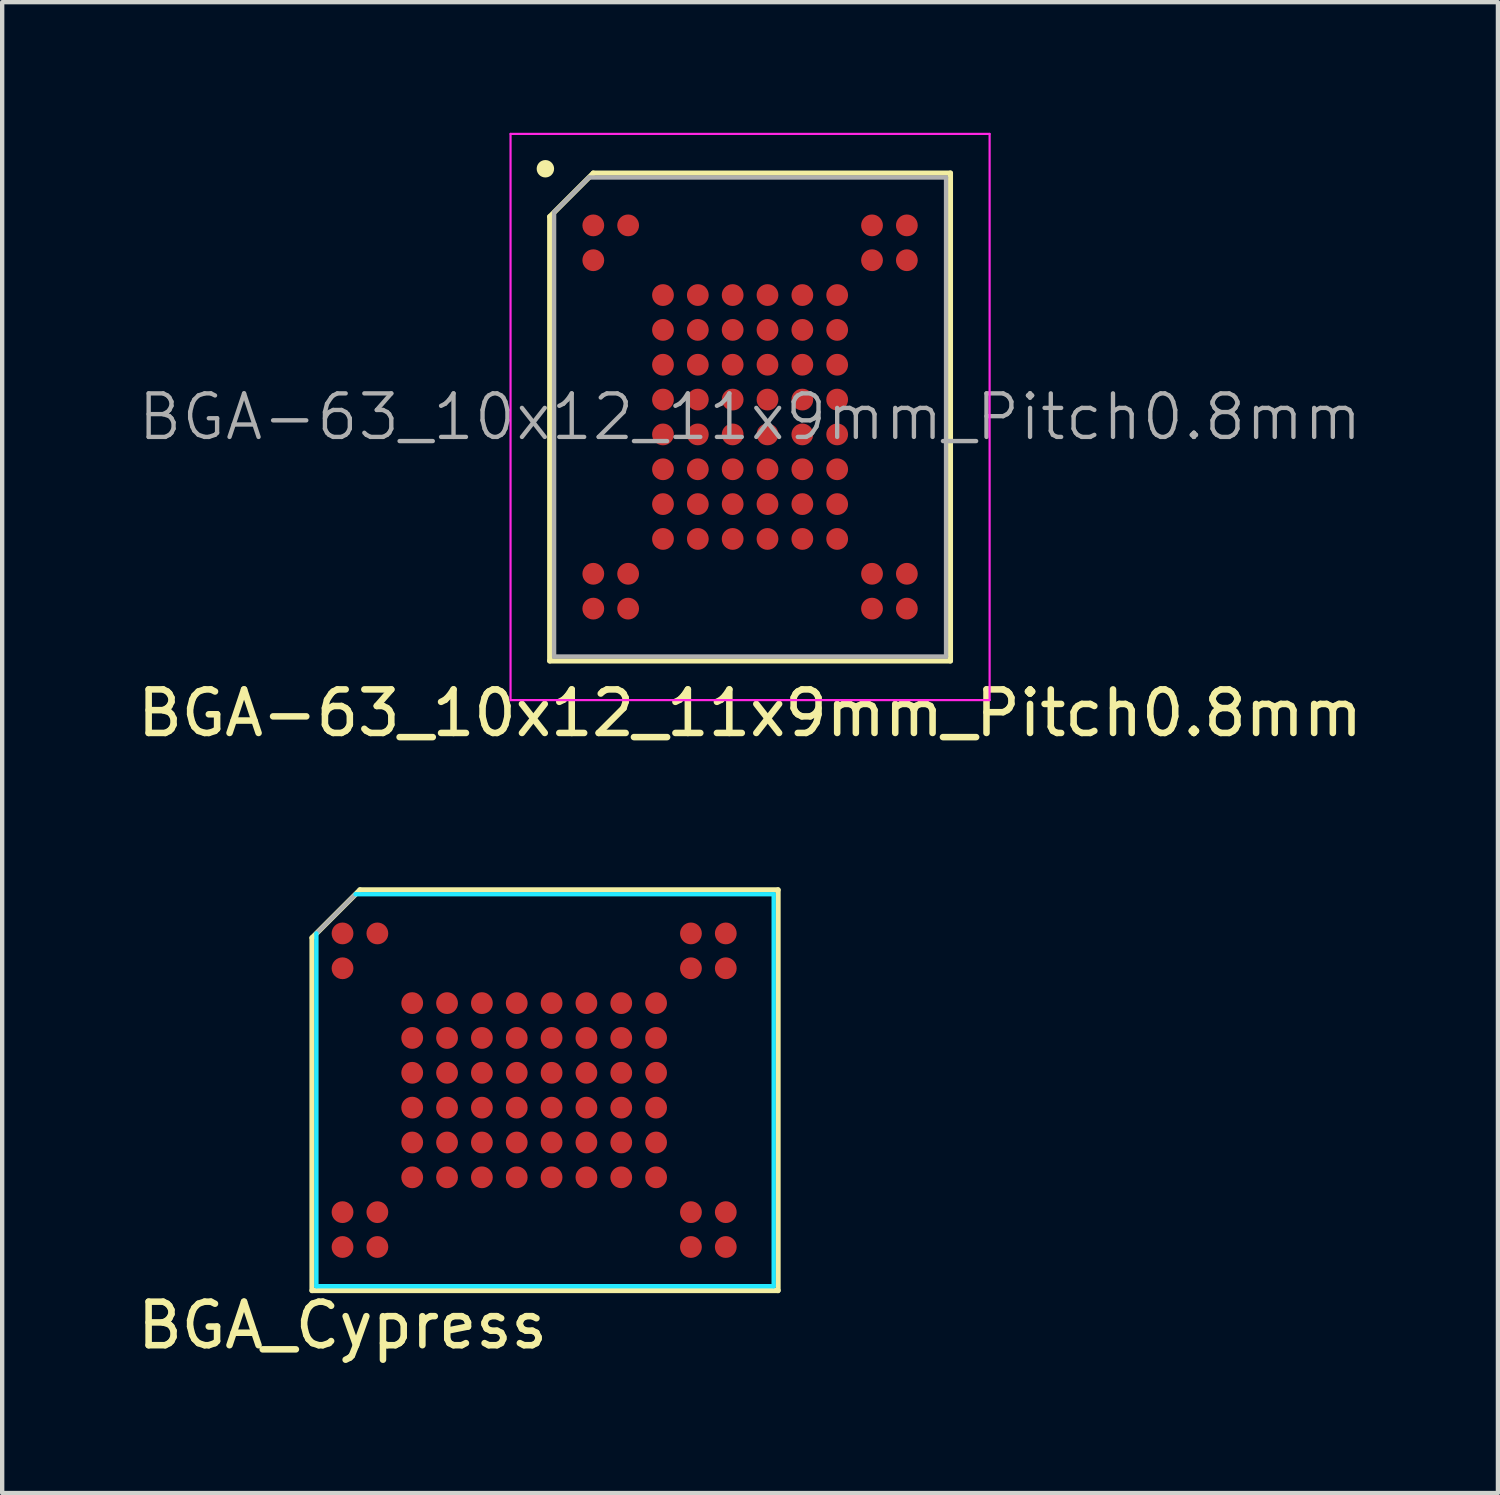
<source format=kicad_pcb>
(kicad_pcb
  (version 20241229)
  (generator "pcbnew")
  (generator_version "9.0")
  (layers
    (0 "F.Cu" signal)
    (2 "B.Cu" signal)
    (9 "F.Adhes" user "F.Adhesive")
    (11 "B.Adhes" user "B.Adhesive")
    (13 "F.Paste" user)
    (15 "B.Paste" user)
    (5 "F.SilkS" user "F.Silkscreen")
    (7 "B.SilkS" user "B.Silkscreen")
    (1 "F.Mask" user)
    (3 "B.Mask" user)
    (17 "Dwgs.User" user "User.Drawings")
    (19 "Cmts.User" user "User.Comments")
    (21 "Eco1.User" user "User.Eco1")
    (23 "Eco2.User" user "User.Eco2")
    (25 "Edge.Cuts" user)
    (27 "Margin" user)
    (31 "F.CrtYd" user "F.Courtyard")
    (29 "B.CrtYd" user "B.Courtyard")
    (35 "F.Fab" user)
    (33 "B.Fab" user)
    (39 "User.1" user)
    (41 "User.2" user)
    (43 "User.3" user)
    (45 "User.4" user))
  (footprint "BGA_Cypress"
    (layer "F.Cu")
    (at 4.815 18.383)
    (property "Reference" "BGA_Cypress" (at 0 9 0) (layer "F.SilkS") (effects (font (size 1 1) (thickness 0.15))))
    (attr through_hole)
    (fp_line (start -0.7 8.2) (end -0.7 0.1) (stroke (width 0.12) (type solid)) (layer "F.SilkS"))
    (fp_line (start 0.4 -1) (end -0.7 0.1) (stroke (width 0.12) (type solid)) (layer "F.SilkS"))
    (fp_line (start 0.4 -1) (end 10 -1) (stroke (width 0.12) (type solid)) (layer "F.SilkS"))
    (fp_line (start 10 -1) (end 10 8.2) (stroke (width 0.12) (type solid)) (layer "F.SilkS"))
    (fp_line (start 10 8.2) (end -0.7 8.2) (stroke (width 0.12) (type solid)) (layer "F.SilkS"))
    (fp_circle (center -0.8 -1.1) (end -0.75 -1.1) (stroke (width 0.12) (type solid)) (fill no) (layer "B.Paste"))
    (fp_line (start -0.6 8.1) (end -0.6 0) (stroke (width 0.1) (type solid)) (layer "B.CrtYd"))
    (fp_line (start 0.3 -0.9) (end 9.9 -0.9) (stroke (width 0.1) (type solid)) (layer "B.CrtYd"))
    (fp_line (start 9.9 -0.9) (end 9.9 8.1) (stroke (width 0.1) (type solid)) (layer "B.CrtYd"))
    (fp_line (start 9.9 8.1) (end -0.6 8.1) (stroke (width 0.1) (type solid)) (layer "B.CrtYd"))
    (fp_line (start 0.3 -0.9) (end -0.6 0) (stroke (width 0.1) (type solid)) (layer "F.Fab"))
    (pad "A1" smd circle (at 0 0) (size 0.5 0.5) (layers "F.Cu" "F.Mask" "F.Paste"))
    (pad "A2" smd circle (at 0 0.8) (size 0.5 0.5) (layers "F.Cu" "F.Mask" "F.Paste"))
    (pad "A9" smd circle (at 0 6.4) (size 0.5 0.5) (layers "F.Cu" "F.Mask" "F.Paste"))
    (pad "A10" smd circle (at 0 7.2) (size 0.5 0.5) (layers "F.Cu" "F.Mask" "F.Paste"))
    (pad "B1" smd circle (at 0.8 0) (size 0.5 0.5) (layers "F.Cu" "F.Mask" "F.Paste"))
    (pad "B9" smd circle (at 0.8 6.4) (size 0.5 0.5) (layers "F.Cu" "F.Mask" "F.Paste"))
    (pad "B10" smd circle (at 0.8 7.2) (size 0.5 0.5) (layers "F.Cu" "F.Mask" "F.Paste"))
    (pad "C3" smd circle (at 1.6 1.6) (size 0.5 0.5) (layers "F.Cu" "F.Mask" "F.Paste"))
    (pad "C4" smd circle (at 1.6 2.4) (size 0.5 0.5) (layers "F.Cu" "F.Mask" "F.Paste"))
    (pad "C5" smd circle (at 1.6 3.2) (size 0.5 0.5) (layers "F.Cu" "F.Mask" "F.Paste"))
    (pad "C6" smd circle (at 1.6 4) (size 0.5 0.5) (layers "F.Cu" "F.Mask" "F.Paste"))
    (pad "C7" smd circle (at 1.6 4.8) (size 0.5 0.5) (layers "F.Cu" "F.Mask" "F.Paste"))
    (pad "C8" smd circle (at 1.6 5.6) (size 0.5 0.5) (layers "F.Cu" "F.Mask" "F.Paste"))
    (pad "D3" smd circle (at 2.4 1.6) (size 0.5 0.5) (layers "F.Cu" "F.Mask" "F.Paste"))
    (pad "D4" smd circle (at 2.4 2.4) (size 0.5 0.5) (layers "F.Cu" "F.Mask" "F.Paste"))
    (pad "D5" smd circle (at 2.4 3.2) (size 0.5 0.5) (layers "F.Cu" "F.Mask" "F.Paste"))
    (pad "D6" smd circle (at 2.4 4) (size 0.5 0.5) (layers "F.Cu" "F.Mask" "F.Paste"))
    (pad "D7" smd circle (at 2.4 4.8) (size 0.5 0.5) (layers "F.Cu" "F.Mask" "F.Paste"))
    (pad "D8" smd circle (at 2.4 5.6) (size 0.5 0.5) (layers "F.Cu" "F.Mask" "F.Paste"))
    (pad "E3" smd circle (at 3.2 1.6) (size 0.5 0.5) (layers "F.Cu" "F.Mask" "F.Paste"))
    (pad "E4" smd circle (at 3.2 2.4) (size 0.5 0.5) (layers "F.Cu" "F.Mask" "F.Paste"))
    (pad "E5" smd circle (at 3.2 3.2) (size 0.5 0.5) (layers "F.Cu" "F.Mask" "F.Paste"))
    (pad "E6" smd circle (at 3.2 4) (size 0.5 0.5) (layers "F.Cu" "F.Mask" "F.Paste"))
    (pad "E7" smd circle (at 3.2 4.8) (size 0.5 0.5) (layers "F.Cu" "F.Mask" "F.Paste"))
    (pad "E8" smd circle (at 3.2 5.6) (size 0.5 0.5) (layers "F.Cu" "F.Mask" "F.Paste"))
    (pad "F3" smd circle (at 4 1.6) (size 0.5 0.5) (layers "F.Cu" "F.Mask" "F.Paste"))
    (pad "F4" smd circle (at 4 2.4) (size 0.5 0.5) (layers "F.Cu" "F.Mask" "F.Paste"))
    (pad "F5" smd circle (at 4 3.2) (size 0.5 0.5) (layers "F.Cu" "F.Mask" "F.Paste"))
    (pad "F6" smd circle (at 4 4) (size 0.5 0.5) (layers "F.Cu" "F.Mask" "F.Paste"))
    (pad "F7" smd circle (at 4 4.8) (size 0.5 0.5) (layers "F.Cu" "F.Mask" "F.Paste"))
    (pad "F8" smd circle (at 4 5.6) (size 0.5 0.5) (layers "F.Cu" "F.Mask" "F.Paste"))
    (pad "G3" smd circle (at 4.8 1.6) (size 0.5 0.5) (layers "F.Cu" "F.Mask" "F.Paste"))
    (pad "G4" smd circle (at 4.8 2.4) (size 0.5 0.5) (layers "F.Cu" "F.Mask" "F.Paste"))
    (pad "G5" smd circle (at 4.8 3.2) (size 0.5 0.5) (layers "F.Cu" "F.Mask" "F.Paste"))
    (pad "G6" smd circle (at 4.8 4) (size 0.5 0.5) (layers "F.Cu" "F.Mask" "F.Paste"))
    (pad "G7" smd circle (at 4.8 4.8) (size 0.5 0.5) (layers "F.Cu" "F.Mask" "F.Paste"))
    (pad "G8" smd circle (at 4.8 5.6) (size 0.5 0.5) (layers "F.Cu" "F.Mask" "F.Paste"))
    (pad "H3" smd circle (at 5.6 1.6) (size 0.5 0.5) (layers "F.Cu" "F.Mask" "F.Paste"))
    (pad "H4" smd circle (at 5.6 2.4) (size 0.5 0.5) (layers "F.Cu" "F.Mask" "F.Paste"))
    (pad "H5" smd circle (at 5.6 3.2) (size 0.5 0.5) (layers "F.Cu" "F.Mask" "F.Paste"))
    (pad "H6" smd circle (at 5.6 4) (size 0.5 0.5) (layers "F.Cu" "F.Mask" "F.Paste"))
    (pad "H7" smd circle (at 5.6 4.8) (size 0.5 0.5) (layers "F.Cu" "F.Mask" "F.Paste"))
    (pad "H8" smd circle (at 5.6 5.6) (size 0.5 0.5) (layers "F.Cu" "F.Mask" "F.Paste"))
    (pad "I3" smd circle (at 6.4 1.6) (size 0.5 0.5) (layers "F.Cu" "F.Mask" "F.Paste"))
    (pad "I4" smd circle (at 6.4 2.4) (size 0.5 0.5) (layers "F.Cu" "F.Mask" "F.Paste"))
    (pad "I5" smd circle (at 6.4 3.2) (size 0.5 0.5) (layers "F.Cu" "F.Mask" "F.Paste"))
    (pad "I6" smd circle (at 6.4 4) (size 0.5 0.5) (layers "F.Cu" "F.Mask" "F.Paste"))
    (pad "I7" smd circle (at 6.4 4.8) (size 0.5 0.5) (layers "F.Cu" "F.Mask" "F.Paste"))
    (pad "I8" smd circle (at 6.4 5.6) (size 0.5 0.5) (layers "F.Cu" "F.Mask" "F.Paste"))
    (pad "J3" smd circle (at 7.2 1.6) (size 0.5 0.5) (layers "F.Cu" "F.Mask" "F.Paste"))
    (pad "J4" smd circle (at 7.2 2.4) (size 0.5 0.5) (layers "F.Cu" "F.Mask" "F.Paste"))
    (pad "J5" smd circle (at 7.2 3.2) (size 0.5 0.5) (layers "F.Cu" "F.Mask" "F.Paste"))
    (pad "J6" smd circle (at 7.2 4) (size 0.5 0.5) (layers "F.Cu" "F.Mask" "F.Paste"))
    (pad "J7" smd circle (at 7.2 4.8) (size 0.5 0.5) (layers "F.Cu" "F.Mask" "F.Paste"))
    (pad "J8" smd circle (at 7.2 5.6) (size 0.5 0.5) (layers "F.Cu" "F.Mask" "F.Paste"))
    (pad "K1" smd circle (at 8 0) (size 0.5 0.5) (layers "F.Cu" "F.Mask" "F.Paste"))
    (pad "K2" smd circle (at 8 0.8) (size 0.5 0.5) (layers "F.Cu" "F.Mask" "F.Paste"))
    (pad "K9" smd circle (at 8 6.4) (size 0.5 0.5) (layers "F.Cu" "F.Mask" "F.Paste"))
    (pad "K10" smd circle (at 8 7.2) (size 0.5 0.5) (layers "F.Cu" "F.Mask" "F.Paste"))
    (pad "L1" smd circle (at 8.8 0) (size 0.5 0.5) (layers "F.Cu" "F.Mask" "F.Paste"))
    (pad "L2" smd circle (at 8.8 0.8) (size 0.5 0.5) (layers "F.Cu" "F.Mask" "F.Paste"))
    (pad "L9" smd circle (at 8.8 6.4) (size 0.5 0.5) (layers "F.Cu" "F.Mask" "F.Paste"))
    (pad "L10" smd circle (at 8.8 7.2) (size 0.5 0.5) (layers "F.Cu" "F.Mask" "F.Paste")))
  (footprint "BGA-63_10x12_11x9mm_Pitch0.8mm"
    (layer "F.Cu")
    (at 14.173 6.525)
    (property "Reference" "BGA-63_10x12_11x9mm_Pitch0.8mm" (at 0 6.8 0) (layer "F.SilkS") (effects (font (size 1 1) (thickness 0.15))))
    (attr smd)
    (fp_line (start -4.6 -4.6) (end -3.6 -5.6) (stroke (width 0.12) (type solid)) (layer "F.SilkS"))
    (fp_line (start -4.6 5.6) (end -4.6 -4.6) (stroke (width 0.12) (type solid)) (layer "F.SilkS"))
    (fp_line (start -3.6 -5.6) (end 4.6 -5.6) (stroke (width 0.12) (type solid)) (layer "F.SilkS"))
    (fp_line (start 4.6 -5.6) (end 4.6 5.6) (stroke (width 0.12) (type solid)) (layer "F.SilkS"))
    (fp_line (start 4.6 5.6) (end -4.6 5.6) (stroke (width 0.12) (type solid)) (layer "F.SilkS"))
    (fp_circle (center -4.7 -5.7) (end -4.6 -5.7) (stroke (width 0.2) (type solid)) (fill no) (layer "F.SilkS"))
    (fp_line (start -5.5 -6.5) (end 5.5 -6.5) (stroke (width 0.05) (type solid)) (layer "F.CrtYd"))
    (fp_line (start -5.5 6.5) (end -5.5 -6.5) (stroke (width 0.05) (type solid)) (layer "F.CrtYd"))
    (fp_line (start 5.5 -6.5) (end 5.5 6.5) (stroke (width 0.05) (type solid)) (layer "F.CrtYd"))
    (fp_line (start 5.5 6.5) (end -5.5 6.5) (stroke (width 0.05) (type solid)) (layer "F.CrtYd"))
    (fp_line (start -4.5 5.5) (end -4.5 -4.7) (stroke (width 0.1) (type solid)) (layer "F.Fab"))
    (fp_line (start -3.7 -5.5) (end -4.5 -4.7) (stroke (width 0.1) (type solid)) (layer "F.Fab"))
    (fp_line (start -3.7 -5.5) (end 4.5 -5.5) (stroke (width 0.1) (type solid)) (layer "F.Fab"))
    (fp_line (start 4.5 -5.5) (end 4.5 5.5) (stroke (width 0.1) (type solid)) (layer "F.Fab"))
    (fp_line (start 4.5 5.5) (end -4.5 5.5) (stroke (width 0.1) (type solid)) (layer "F.Fab"))
    (fp_text user "${REFERENCE}" (at 0 0 0) (layer "F.Fab") (effects (font (size 1 1) (thickness 0.1))))
    (pad "A1" smd circle (at -3.6 -4.4) (size 0.5 0.5) (layers "F.Cu" "F.Mask" "F.Paste"))
    (pad "A2" smd circle (at -2.8 -4.4) (size 0.5 0.5) (layers "F.Cu" "F.Mask" "F.Paste"))
    (pad "A9" smd circle (at 2.8 -4.4) (size 0.5 0.5) (layers "F.Cu" "F.Mask" "F.Paste"))
    (pad "A10" smd circle (at 3.6 -4.4) (size 0.5 0.5) (layers "F.Cu" "F.Mask" "F.Paste"))
    (pad "B1" smd circle (at -3.6 -3.6) (size 0.5 0.5) (layers "F.Cu" "F.Mask" "F.Paste"))
    (pad "B9" smd circle (at 2.8 -3.6) (size 0.5 0.5) (layers "F.Cu" "F.Mask" "F.Paste"))
    (pad "B10" smd circle (at 3.6 -3.6) (size 0.5 0.5) (layers "F.Cu" "F.Mask" "F.Paste"))
    (pad "C3" smd circle (at -2 -2.8) (size 0.5 0.5) (layers "F.Cu" "F.Mask" "F.Paste"))
    (pad "C4" smd circle (at -1.2 -2.8) (size 0.5 0.5) (layers "F.Cu" "F.Mask" "F.Paste"))
    (pad "C5" smd circle (at -0.4 -2.8) (size 0.5 0.5) (layers "F.Cu" "F.Mask" "F.Paste"))
    (pad "C6" smd circle (at 0.4 -2.8) (size 0.5 0.5) (layers "F.Cu" "F.Mask" "F.Paste"))
    (pad "C7" smd circle (at 1.2 -2.8) (size 0.5 0.5) (layers "F.Cu" "F.Mask" "F.Paste"))
    (pad "C8" smd circle (at 2 -2.8) (size 0.5 0.5) (layers "F.Cu" "F.Mask" "F.Paste"))
    (pad "D3" smd circle (at -2 -2) (size 0.5 0.5) (layers "F.Cu" "F.Mask" "F.Paste"))
    (pad "D4" smd circle (at -1.2 -2) (size 0.5 0.5) (layers "F.Cu" "F.Mask" "F.Paste"))
    (pad "D5" smd circle (at -0.4 -2) (size 0.5 0.5) (layers "F.Cu" "F.Mask" "F.Paste"))
    (pad "D6" smd circle (at 0.4 -2) (size 0.5 0.5) (layers "F.Cu" "F.Mask" "F.Paste"))
    (pad "D7" smd circle (at 1.2 -2) (size 0.5 0.5) (layers "F.Cu" "F.Mask" "F.Paste"))
    (pad "D8" smd circle (at 2 -2) (size 0.5 0.5) (layers "F.Cu" "F.Mask" "F.Paste"))
    (pad "E3" smd circle (at -2 -1.2) (size 0.5 0.5) (layers "F.Cu" "F.Mask" "F.Paste"))
    (pad "E4" smd circle (at -1.2 -1.2) (size 0.5 0.5) (layers "F.Cu" "F.Mask" "F.Paste"))
    (pad "E5" smd circle (at -0.4 -1.2) (size 0.5 0.5) (layers "F.Cu" "F.Mask" "F.Paste"))
    (pad "E6" smd circle (at 0.4 -1.2) (size 0.5 0.5) (layers "F.Cu" "F.Mask" "F.Paste"))
    (pad "E7" smd circle (at 1.2 -1.2) (size 0.5 0.5) (layers "F.Cu" "F.Mask" "F.Paste"))
    (pad "E8" smd circle (at 2 -1.2) (size 0.5 0.5) (layers "F.Cu" "F.Mask" "F.Paste"))
    (pad "F3" smd circle (at -2 -0.4) (size 0.5 0.5) (layers "F.Cu" "F.Mask" "F.Paste"))
    (pad "F4" smd circle (at -1.2 -0.4) (size 0.5 0.5) (layers "F.Cu" "F.Mask" "F.Paste"))
    (pad "F5" smd circle (at -0.4 -0.4) (size 0.5 0.5) (layers "F.Cu" "F.Mask" "F.Paste"))
    (pad "F6" smd circle (at 0.4 -0.4) (size 0.5 0.5) (layers "F.Cu" "F.Mask" "F.Paste"))
    (pad "F7" smd circle (at 1.2 -0.4) (size 0.5 0.5) (layers "F.Cu" "F.Mask" "F.Paste"))
    (pad "F8" smd circle (at 2 -0.4) (size 0.5 0.5) (layers "F.Cu" "F.Mask" "F.Paste"))
    (pad "G3" smd circle (at -2 0.4) (size 0.5 0.5) (layers "F.Cu" "F.Mask" "F.Paste"))
    (pad "G4" smd circle (at -1.2 0.4) (size 0.5 0.5) (layers "F.Cu" "F.Mask" "F.Paste"))
    (pad "G5" smd circle (at -0.4 0.4) (size 0.5 0.5) (layers "F.Cu" "F.Mask" "F.Paste"))
    (pad "G6" smd circle (at 0.4 0.4) (size 0.5 0.5) (layers "F.Cu" "F.Mask" "F.Paste"))
    (pad "G7" smd circle (at 1.2 0.4) (size 0.5 0.5) (layers "F.Cu" "F.Mask" "F.Paste"))
    (pad "G8" smd circle (at 2 0.4) (size 0.5 0.5) (layers "F.Cu" "F.Mask" "F.Paste"))
    (pad "H3" smd circle (at -2 1.2) (size 0.5 0.5) (layers "F.Cu" "F.Mask" "F.Paste"))
    (pad "H4" smd circle (at -1.2 1.2) (size 0.5 0.5) (layers "F.Cu" "F.Mask" "F.Paste"))
    (pad "H5" smd circle (at -0.4 1.2) (size 0.5 0.5) (layers "F.Cu" "F.Mask" "F.Paste"))
    (pad "H6" smd circle (at 0.4 1.2) (size 0.5 0.5) (layers "F.Cu" "F.Mask" "F.Paste"))
    (pad "H7" smd circle (at 1.2 1.2) (size 0.5 0.5) (layers "F.Cu" "F.Mask" "F.Paste"))
    (pad "H8" smd circle (at 2 1.2) (size 0.5 0.5) (layers "F.Cu" "F.Mask" "F.Paste"))
    (pad "J3" smd circle (at -2 2) (size 0.5 0.5) (layers "F.Cu" "F.Mask" "F.Paste"))
    (pad "J4" smd circle (at -1.2 2) (size 0.5 0.5) (layers "F.Cu" "F.Mask" "F.Paste"))
    (pad "J5" smd circle (at -0.4 2) (size 0.5 0.5) (layers "F.Cu" "F.Mask" "F.Paste"))
    (pad "J6" smd circle (at 0.4 2) (size 0.5 0.5) (layers "F.Cu" "F.Mask" "F.Paste"))
    (pad "J7" smd circle (at 1.2 2) (size 0.5 0.5) (layers "F.Cu" "F.Mask" "F.Paste"))
    (pad "J8" smd circle (at 2 2) (size 0.5 0.5) (layers "F.Cu" "F.Mask" "F.Paste"))
    (pad "K3" smd circle (at -2 2.8) (size 0.5 0.5) (layers "F.Cu" "F.Mask" "F.Paste"))
    (pad "K4" smd circle (at -1.2 2.8) (size 0.5 0.5) (layers "F.Cu" "F.Mask" "F.Paste"))
    (pad "K5" smd circle (at -0.4 2.8) (size 0.5 0.5) (layers "F.Cu" "F.Mask" "F.Paste"))
    (pad "K6" smd circle (at 0.4 2.8) (size 0.5 0.5) (layers "F.Cu" "F.Mask" "F.Paste"))
    (pad "K7" smd circle (at 1.2 2.8) (size 0.5 0.5) (layers "F.Cu" "F.Mask" "F.Paste"))
    (pad "K8" smd circle (at 2 2.8) (size 0.5 0.5) (layers "F.Cu" "F.Mask" "F.Paste"))
    (pad "L1" smd circle (at -3.6 3.6) (size 0.5 0.5) (layers "F.Cu" "F.Mask" "F.Paste"))
    (pad "L2" smd circle (at -2.8 3.6) (size 0.5 0.5) (layers "F.Cu" "F.Mask" "F.Paste"))
    (pad "L9" smd circle (at 2.8 3.6) (size 0.5 0.5) (layers "F.Cu" "F.Mask" "F.Paste"))
    (pad "L10" smd circle (at 3.6 3.6) (size 0.5 0.5) (layers "F.Cu" "F.Mask" "F.Paste"))
    (pad "M1" smd circle (at -3.6 4.4) (size 0.5 0.5) (layers "F.Cu" "F.Mask" "F.Paste"))
    (pad "M2" smd circle (at -2.8 4.4) (size 0.5 0.5) (layers "F.Cu" "F.Mask" "F.Paste"))
    (pad "M9" smd circle (at 2.8 4.4) (size 0.5 0.5) (layers "F.Cu" "F.Mask" "F.Paste"))
    (pad "M10" smd circle (at 3.6 4.4) (size 0.5 0.5) (layers "F.Cu" "F.Mask" "F.Paste")))
  (gr_rect
    (start -3 -3)
    (end 31.345 31.232)
    (stroke (width 0.1) (type default))
    (fill no)
    (layer "Edge.Cuts")))
</source>
